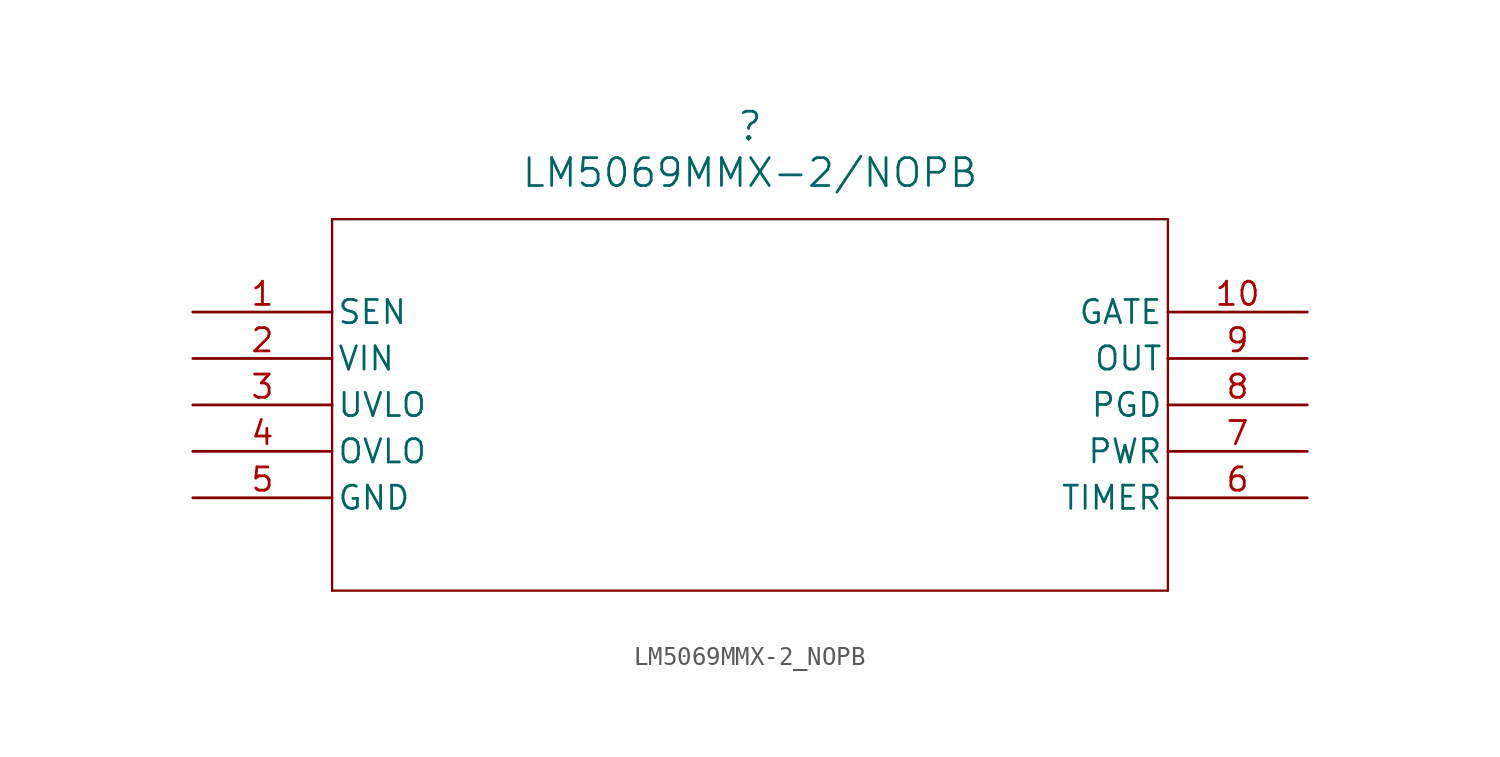
<source format=kicad_sym>
(kicad_symbol_lib
  (version 20211014)
  (generator kicad_symbol_editor)
  (symbol "LM5069MMX-2_NOPB"
    (pin_names
      (offset 0.254))
    (property "Reference" ""
      (at 30.48 10.16 0)
      (effects (font (size 1.524 1.524))))
    (property "Value" "LM5069MMX-2/NOPB"
      (at 30.48 7.62 0)
      (effects (font (size 1.524 1.524))))
    (polyline
      (pts (xy 7.62 5.08) (xy 7.62 -15.24))
      (stroke (width 0.127) (type default) (color 0 0 0 0))
      (fill (type none)))
    (polyline
      (pts (xy 7.62 -15.24) (xy 53.34 -15.24))
      (stroke (width 0.127) (type default) (color 0 0 0 0))
      (fill (type none)))
    (polyline
      (pts (xy 53.34 -15.24) (xy 53.34 5.08))
      (stroke (width 0.127) (type default) (color 0 0 0 0))
      (fill (type none)))
    (polyline
      (pts (xy 53.34 5.08) (xy 7.62 5.08))
      (stroke (width 0.127) (type default) (color 0 0 0 0))
      (fill (type none)))
    (pin input line
      (at 0 0 0)
      (length 7.62)
      (name "SEN" (effects (font (size 1.27 1.27))))
      (number "1" (effects (font (size 1.27 1.27)))))
    (pin power_in line
      (at 0 -2.54 0)
      (length 7.62)
      (name "VIN" (effects (font (size 1.27 1.27))))
      (number "2" (effects (font (size 1.27 1.27)))))
    (pin input line
      (at 0 -5.08 0)
      (length 7.62)
      (name "UVLO" (effects (font (size 1.27 1.27))))
      (number "3" (effects (font (size 1.27 1.27)))))
    (pin input line
      (at 0 -7.62 0)
      (length 7.62)
      (name "OVLO" (effects (font (size 1.27 1.27))))
      (number "4" (effects (font (size 1.27 1.27)))))
    (pin power_in line
      (at 0 -10.16 0)
      (length 7.62)
      (name "GND" (effects (font (size 1.27 1.27))))
      (number "5" (effects (font (size 1.27 1.27)))))
    (pin input line
      (at 60.96 -10.16 180)
      (length 7.62)
      (name "TIMER" (effects (font (size 1.27 1.27))))
      (number "6" (effects (font (size 1.27 1.27)))))
    (pin input line
      (at 60.96 -7.62 180)
      (length 7.62)
      (name "PWR" (effects (font (size 1.27 1.27))))
      (number "7" (effects (font (size 1.27 1.27)))))
    (pin unspecified line
      (at 60.96 -5.08 180)
      (length 7.62)
      (name "PGD" (effects (font (size 1.27 1.27))))
      (number "8" (effects (font (size 1.27 1.27)))))
    (pin output line
      (at 60.96 -2.54 180)
      (length 7.62)
      (name "OUT" (effects (font (size 1.27 1.27))))
      (number "9" (effects (font (size 1.27 1.27)))))
    (pin output line
      (at 60.96 0 180)
      (length 7.62)
      (name "GATE" (effects (font (size 1.27 1.27))))
      (number "10" (effects (font (size 1.27 1.27)))))))
</source>
